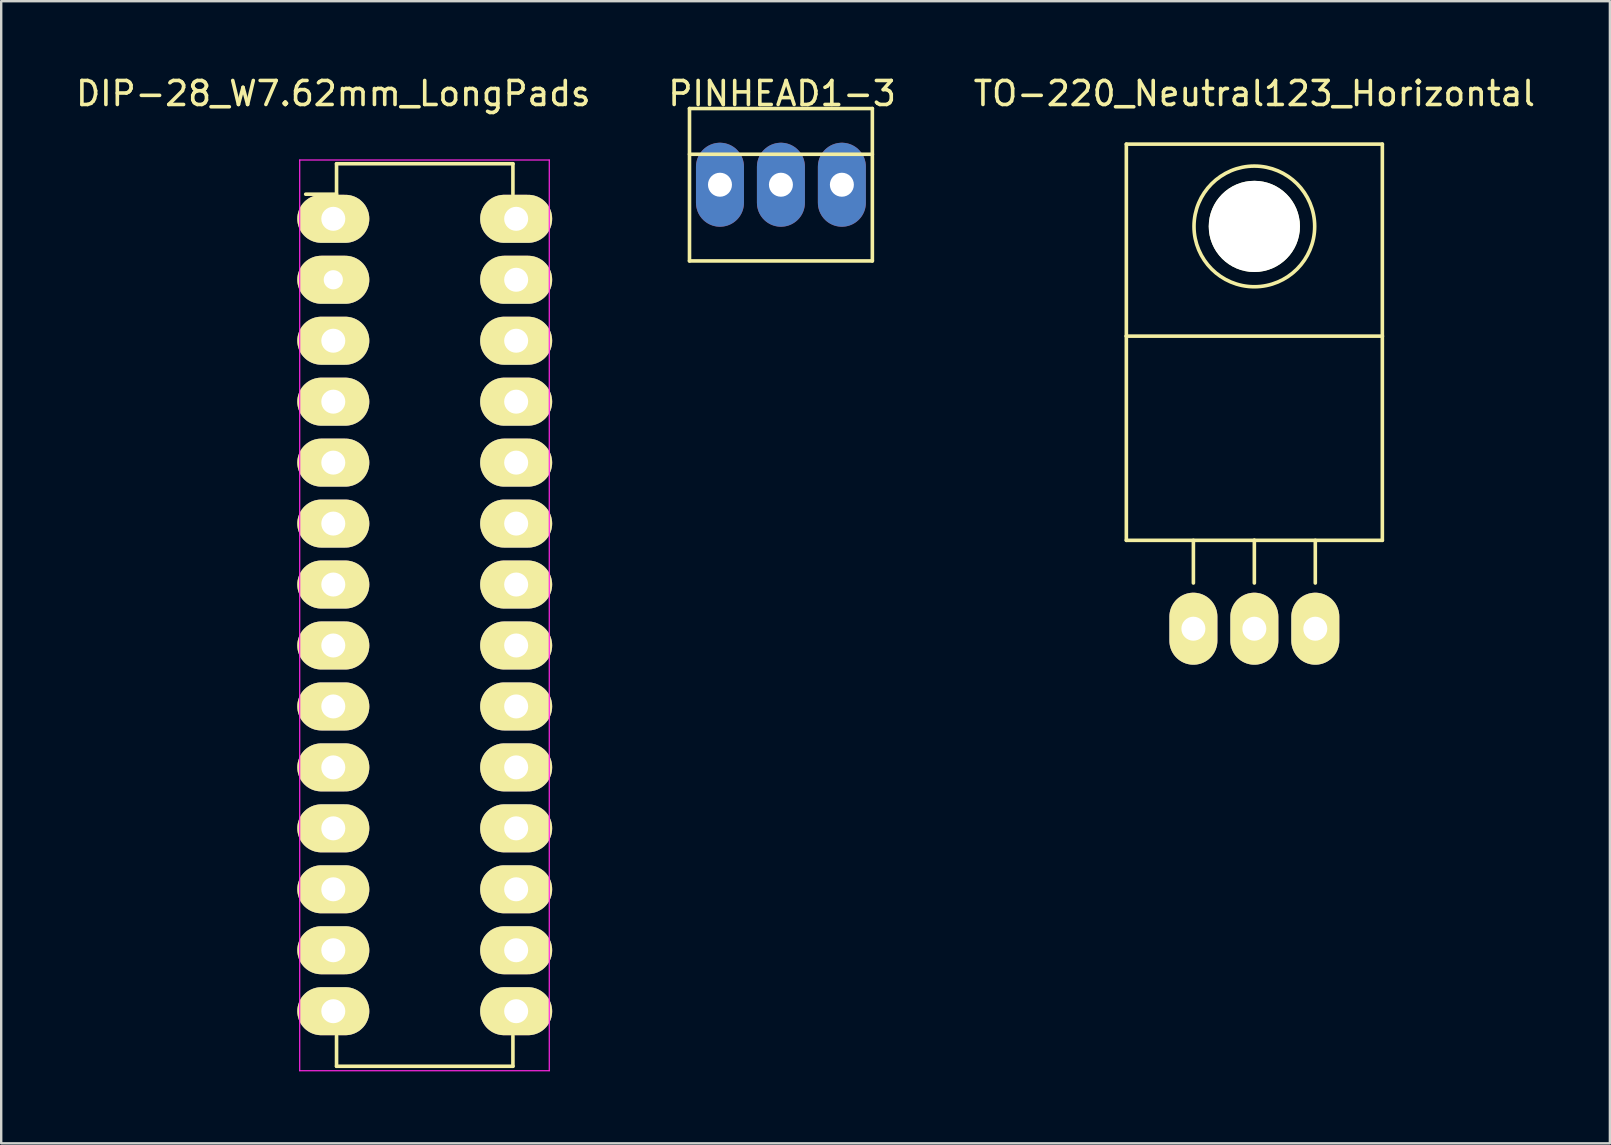
<source format=kicad_pcb>
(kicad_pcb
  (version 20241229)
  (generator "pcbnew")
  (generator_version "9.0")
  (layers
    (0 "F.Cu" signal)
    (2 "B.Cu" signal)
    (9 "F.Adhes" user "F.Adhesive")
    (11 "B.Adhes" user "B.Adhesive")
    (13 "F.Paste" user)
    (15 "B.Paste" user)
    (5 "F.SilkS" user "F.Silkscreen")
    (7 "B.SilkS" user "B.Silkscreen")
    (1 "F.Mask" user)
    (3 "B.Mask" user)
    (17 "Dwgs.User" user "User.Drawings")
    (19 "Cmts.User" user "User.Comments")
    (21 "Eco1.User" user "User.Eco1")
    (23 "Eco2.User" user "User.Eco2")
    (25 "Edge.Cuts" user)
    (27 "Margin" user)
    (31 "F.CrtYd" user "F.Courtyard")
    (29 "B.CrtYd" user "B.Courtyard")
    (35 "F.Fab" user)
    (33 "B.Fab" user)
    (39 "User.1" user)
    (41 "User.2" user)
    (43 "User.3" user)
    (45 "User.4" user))
  (footprint "PINHEAD1-3"
    (layer "F.Cu")
    (at 29.492 4.648)
    (property "Reference" "PINHEAD1-3" (at 0.05 -3.8 0) (layer "F.SilkS") (effects (font (size 1 1) (thickness 0.15))))
    (attr exclude_from_pos_files exclude_from_bom)
    (fp_line (start -3.81 -3.175) (end -3.81 3.175) (stroke (width 0.15) (type solid)) (layer "F.SilkS"))
    (fp_line (start -3.81 -3.175) (end 3.81 -3.175) (stroke (width 0.15) (type solid)) (layer "F.SilkS"))
    (fp_line (start 3.81 -3.175) (end 3.81 3.175) (stroke (width 0.15) (type solid)) (layer "F.SilkS"))
    (fp_line (start 3.81 -1.27) (end -3.81 -1.27) (stroke (width 0.15) (type solid)) (layer "F.SilkS"))
    (fp_line (start 3.81 3.175) (end -3.81 3.175) (stroke (width 0.15) (type solid)) (layer "F.SilkS"))
    (pad "1" thru_hole oval (at -2.54 0) (size 2 3.5) (drill 1) (layers "*.Cu" "*.Mask"))
    (pad "2" thru_hole oval (at 0 0) (size 2 3.5) (drill 1) (layers "*.Cu" "*.Mask"))
    (pad "3" thru_hole oval (at 2.54 0) (size 2 3.5) (drill 1) (layers "*.Cu" "*.Mask")))
  (footprint "DIP-28_W7.62mm_LongPads"
    (layer "F.Cu")
    (at 10.839 6.068)
    (property "Reference" "DIP-28_W7.62mm_LongPads" (at 0 -5.22 0) (layer "F.SilkS") (effects (font (size 1 1) (thickness 0.15))))
    (attr through_hole)
    (fp_line (start 0.135 -2.295) (end 0.135 -1.025) (stroke (width 0.15) (type solid)) (layer "F.SilkS"))
    (fp_line (start 0.135 -2.295) (end 7.485 -2.295) (stroke (width 0.15) (type solid)) (layer "F.SilkS"))
    (fp_line (start 0.135 -1.025) (end -1.15 -1.025) (stroke (width 0.15) (type solid)) (layer "F.SilkS"))
    (fp_line (start 0.135 35.315) (end 0.135 34.045) (stroke (width 0.15) (type solid)) (layer "F.SilkS"))
    (fp_line (start 0.135 35.315) (end 7.485 35.315) (stroke (width 0.15) (type solid)) (layer "F.SilkS"))
    (fp_line (start 7.485 -2.295) (end 7.485 -1.025) (stroke (width 0.15) (type solid)) (layer "F.SilkS"))
    (fp_line (start 7.485 35.315) (end 7.485 34.045) (stroke (width 0.15) (type solid)) (layer "F.SilkS"))
    (fp_line (start -1.4 -2.45) (end -1.4 35.5) (stroke (width 0.05) (type solid)) (layer "F.CrtYd"))
    (fp_line (start -1.4 -2.45) (end 9 -2.45) (stroke (width 0.05) (type solid)) (layer "F.CrtYd"))
    (fp_line (start -1.4 35.5) (end 9 35.5) (stroke (width 0.05) (type solid)) (layer "F.CrtYd"))
    (fp_line (start 9 -2.45) (end 9 35.5) (stroke (width 0.05) (type solid)) (layer "F.CrtYd"))
    (pad "1" thru_hole oval (at 0 0) (size 3 2) (drill 1) (layers "*.Cu" "*.Mask" "F.SilkS"))
    (pad "2" thru_hole oval (at 0 2.54) (size 3 2) (drill 0.8) (layers "*.Cu" "*.Mask" "F.SilkS"))
    (pad "3" thru_hole oval (at 0 5.08) (size 3 2) (drill 1) (layers "*.Cu" "*.Mask" "F.SilkS"))
    (pad "4" thru_hole oval (at 0 7.62) (size 3 2) (drill 1) (layers "*.Cu" "*.Mask" "F.SilkS"))
    (pad "5" thru_hole oval (at 0 10.16) (size 3 2) (drill 1) (layers "*.Cu" "*.Mask" "F.SilkS"))
    (pad "6" thru_hole oval (at 0 12.7) (size 3 2) (drill 1) (layers "*.Cu" "*.Mask" "F.SilkS"))
    (pad "7" thru_hole oval (at 0 15.24) (size 3 2) (drill 1) (layers "*.Cu" "*.Mask" "F.SilkS"))
    (pad "8" thru_hole oval (at 0 17.78) (size 3 2) (drill 1) (layers "*.Cu" "*.Mask" "F.SilkS"))
    (pad "9" thru_hole oval (at 0 20.32) (size 3 2) (drill 1) (layers "*.Cu" "*.Mask" "F.SilkS"))
    (pad "10" thru_hole oval (at 0 22.86) (size 3 2) (drill 1) (layers "*.Cu" "*.Mask" "F.SilkS"))
    (pad "11" thru_hole oval (at 0 25.4) (size 3 2) (drill 1) (layers "*.Cu" "*.Mask" "F.SilkS"))
    (pad "12" thru_hole oval (at 0 27.94) (size 3 2) (drill 1) (layers "*.Cu" "*.Mask" "F.SilkS"))
    (pad "13" thru_hole oval (at 0 30.48) (size 3 2) (drill 1) (layers "*.Cu" "*.Mask" "F.SilkS"))
    (pad "14" thru_hole oval (at 0 33.02) (size 3 2) (drill 1) (layers "*.Cu" "*.Mask" "F.SilkS"))
    (pad "15" thru_hole oval (at 7.62 33.02) (size 3 2) (drill 1) (layers "*.Cu" "*.Mask" "F.SilkS"))
    (pad "16" thru_hole oval (at 7.62 30.48) (size 3 2) (drill 1) (layers "*.Cu" "*.Mask" "F.SilkS"))
    (pad "17" thru_hole oval (at 7.62 27.94) (size 3 2) (drill 1) (layers "*.Cu" "*.Mask" "F.SilkS"))
    (pad "18" thru_hole oval (at 7.62 25.4) (size 3 2) (drill 1) (layers "*.Cu" "*.Mask" "F.SilkS"))
    (pad "19" thru_hole oval (at 7.62 22.86) (size 3 2) (drill 1) (layers "*.Cu" "*.Mask" "F.SilkS"))
    (pad "20" thru_hole oval (at 7.62 20.32) (size 3 2) (drill 1) (layers "*.Cu" "*.Mask" "F.SilkS"))
    (pad "21" thru_hole oval (at 7.62 17.78) (size 3 2) (drill 1) (layers "*.Cu" "*.Mask" "F.SilkS"))
    (pad "22" thru_hole oval (at 7.62 15.24) (size 3 2) (drill 1) (layers "*.Cu" "*.Mask" "F.SilkS"))
    (pad "23" thru_hole oval (at 7.62 12.7) (size 3 2) (drill 1) (layers "*.Cu" "*.Mask" "F.SilkS"))
    (pad "24" thru_hole oval (at 7.62 10.16) (size 3 2) (drill 1) (layers "*.Cu" "*.Mask" "F.SilkS"))
    (pad "25" thru_hole oval (at 7.62 7.62) (size 3 2) (drill 1) (layers "*.Cu" "*.Mask" "F.SilkS"))
    (pad "26" thru_hole oval (at 7.62 5.08) (size 3 2) (drill 1) (layers "*.Cu" "*.Mask" "F.SilkS"))
    (pad "27" thru_hole oval (at 7.62 2.54) (size 3 2) (drill 1) (layers "*.Cu" "*.Mask" "F.SilkS"))
    (pad "28" thru_hole oval (at 7.62 0) (size 3 2) (drill 1) (layers "*.Cu" "*.Mask" "F.SilkS")))
  (footprint "TO-220_Neutral123_Horizontal"
    (layer "F.Cu")
    (at 49.22 23.149)
    (property "Reference" "TO-220_Neutral123_Horizontal" (at 0 -22.301 0) (layer "F.SilkS") (effects (font (size 1 1) (thickness 0.15))))
    (attr through_hole)
    (fp_line (start -5.334 -20.193) (end -5.334 -12.192) (stroke (width 0.15) (type solid)) (layer "F.SilkS"))
    (fp_line (start -5.334 -12.192) (end -5.334 -3.683) (stroke (width 0.15) (type solid)) (layer "F.SilkS"))
    (fp_line (start -2.54 -3.683) (end -2.54 -1.905) (stroke (width 0.15) (type solid)) (layer "F.SilkS"))
    (fp_line (start 0 -3.683) (end -5.334 -3.683) (stroke (width 0.15) (type solid)) (layer "F.SilkS"))
    (fp_line (start 0 -3.683) (end 0 -1.905) (stroke (width 0.15) (type solid)) (layer "F.SilkS"))
    (fp_line (start 0 -3.683) (end 5.334 -3.683) (stroke (width 0.15) (type solid)) (layer "F.SilkS"))
    (fp_line (start 2.54 -3.683) (end 2.54 -1.905) (stroke (width 0.15) (type solid)) (layer "F.SilkS"))
    (fp_line (start 5.334 -20.193) (end -5.334 -20.193) (stroke (width 0.15) (type solid)) (layer "F.SilkS"))
    (fp_line (start 5.334 -12.192) (end -5.334 -12.192) (stroke (width 0.15) (type solid)) (layer "F.SilkS"))
    (fp_line (start 5.334 -12.192) (end 5.334 -20.193) (stroke (width 0.15) (type solid)) (layer "F.SilkS"))
    (fp_line (start 5.334 -3.683) (end 5.334 -12.192) (stroke (width 0.15) (type solid)) (layer "F.SilkS"))
    (fp_circle (center 0 -16.764) (end 1.778 -14.986) (stroke (width 0.15) (type solid)) (fill no) (layer "F.SilkS"))
    (pad "" np_thru_hole circle (at 0 -16.764 90) (size 3.8 3.8) (drill 3.8) (layers "*.Cu" "*.Mask" "F.SilkS"))
    (pad "1" thru_hole oval (at -2.54 0 90) (size 3 2) (drill 1) (layers "*.Cu" "*.Mask" "F.SilkS"))
    (pad "2" thru_hole oval (at 0 0 90) (size 3 2) (drill 1) (layers "*.Cu" "*.Mask" "F.SilkS"))
    (pad "3" thru_hole oval (at 2.54 0 90) (size 3 2) (drill 1) (layers "*.Cu" "*.Mask" "F.SilkS")))
  (gr_rect
    (start -3 -3)
    (end 64.036 44.593)
    (stroke (width 0.1) (type default))
    (fill no)
    (layer "Edge.Cuts")))
</source>
